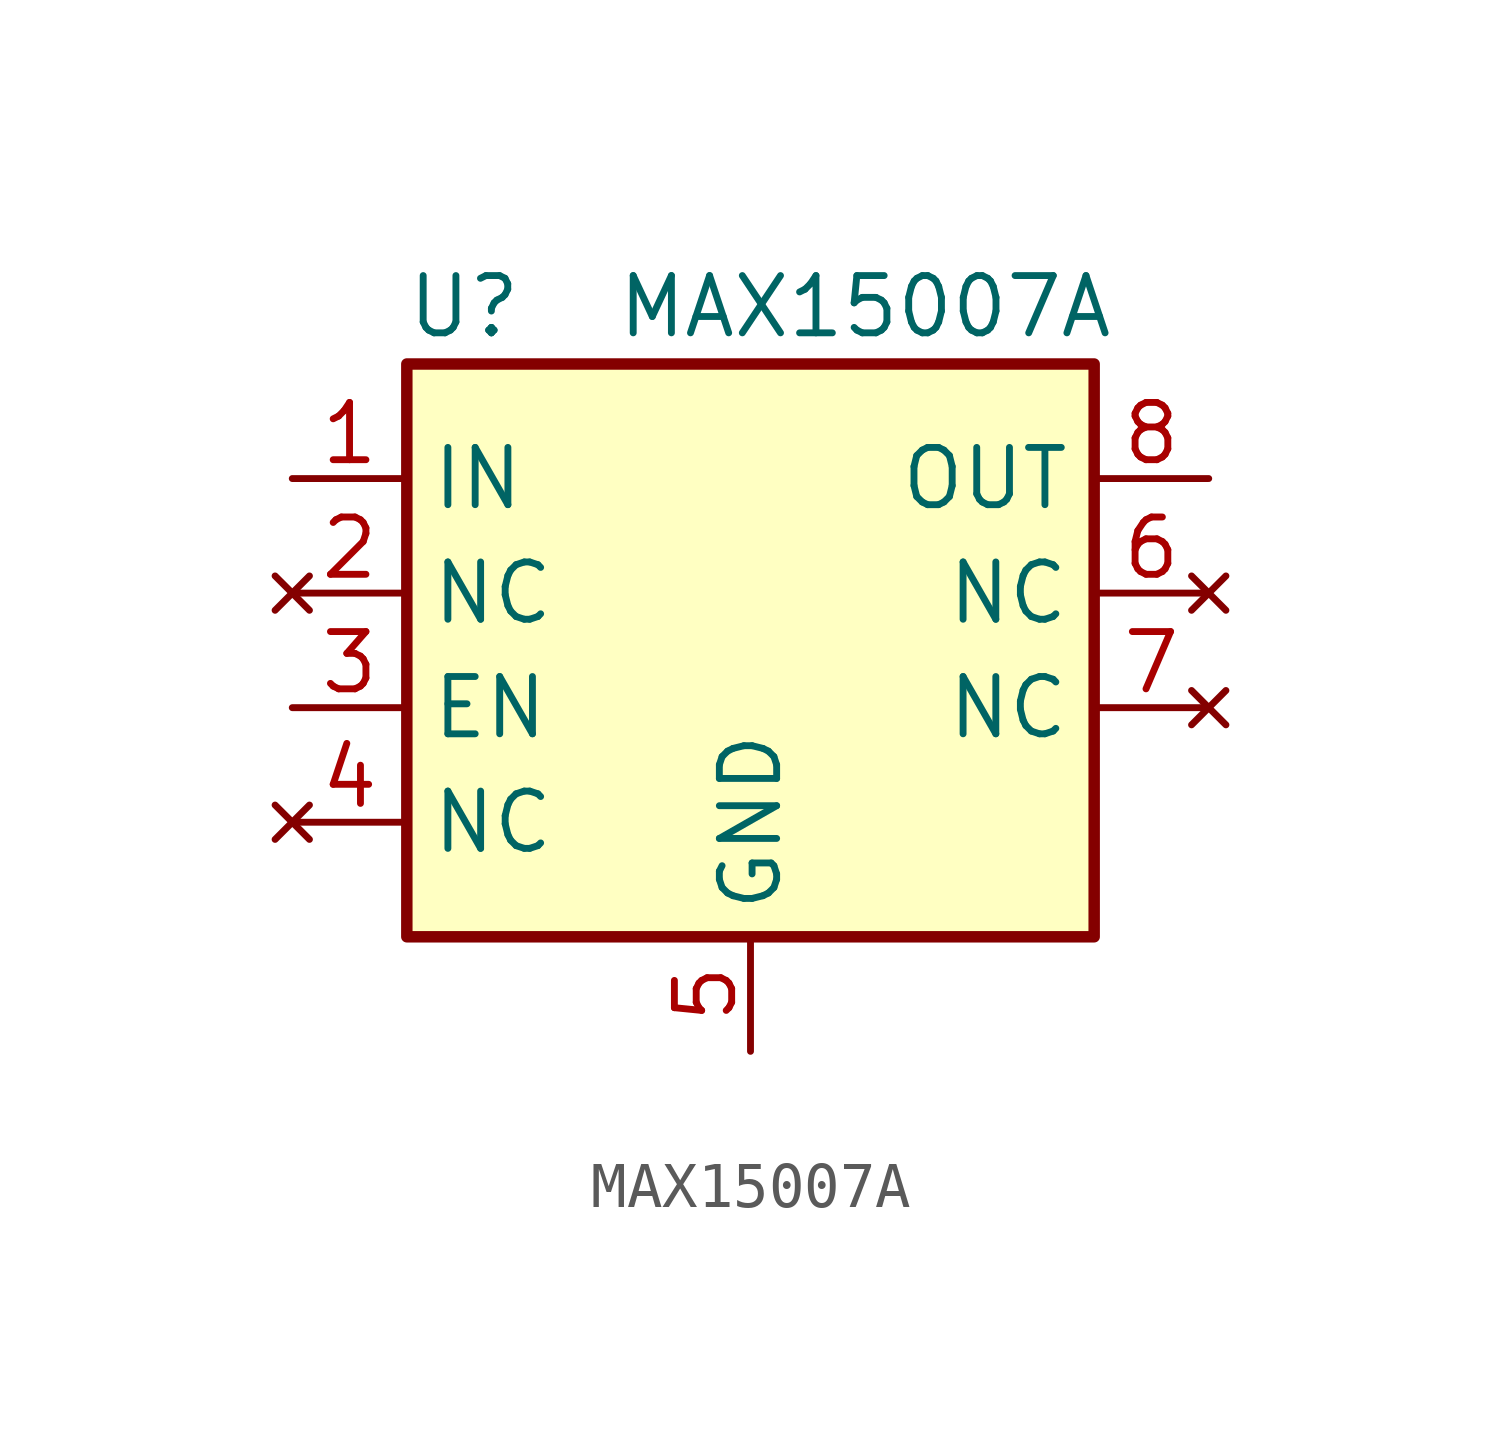
<source format=kicad_sym>
(kicad_symbol_lib
  (version 20211014)
  (generator kicad_symbol_editor)
  (symbol "MAX15007A"
    (property "Reference" "U"
      (at -6.35 6.35 0)
      (effects (font (size 1.27 1.27))))
    (property "Value" "MAX15007A"
      (at 2.54 6.35 0)
      (effects (font (size 1.27 1.27))))
    (symbol "MAX15007A_0_0"
      (pin no_connect line (at 10.16 0 180) (length 2.54) (name "NC" (effects (font (size 1.27 1.27)))) (number "6" (effects (font (size 1.27 1.27)))))
      (pin no_connect line (at 10.16 -2.54 180) (length 2.54) (name "NC" (effects (font (size 1.27 1.27)))) (number "7" (effects (font (size 1.27 1.27)))))
      (pin passive line (at 10.16 2.54 180) (length 2.54) (name "OUT" (effects (font (size 1.27 1.27)))) (number "8" (effects (font (size 1.27 1.27))))))
    (symbol "MAX15007A_1_1"
      (rectangle (start -7.62 5.08) (end 7.62 -7.62) (stroke (width 0.254) (type default) (color 0 0 0 0)) (fill (type background)))
      (pin passive line (at -10.16 2.54 0) (length 2.54) (name "IN" (effects (font (size 1.27 1.27)))) (number "1" (effects (font (size 1.27 1.27)))))
      (pin no_connect line (at -10.16 0 0) (length 2.54) (name "NC" (effects (font (size 1.27 1.27)))) (number "2" (effects (font (size 1.27 1.27)))))
      (pin passive line (at -10.16 -2.54 0) (length 2.54) (name "EN" (effects (font (size 1.27 1.27)))) (number "3" (effects (font (size 1.27 1.27)))))
      (pin no_connect line (at -10.16 -5.08 0) (length 2.54) (name "NC" (effects (font (size 1.27 1.27)))) (number "4" (effects (font (size 1.27 1.27)))))
      (pin passive line (at 0 -10.16 90) (length 2.54) (name "GND" (effects (font (size 1.27 1.27)))) (number "5" (effects (font (size 1.27 1.27))))))))
</source>
